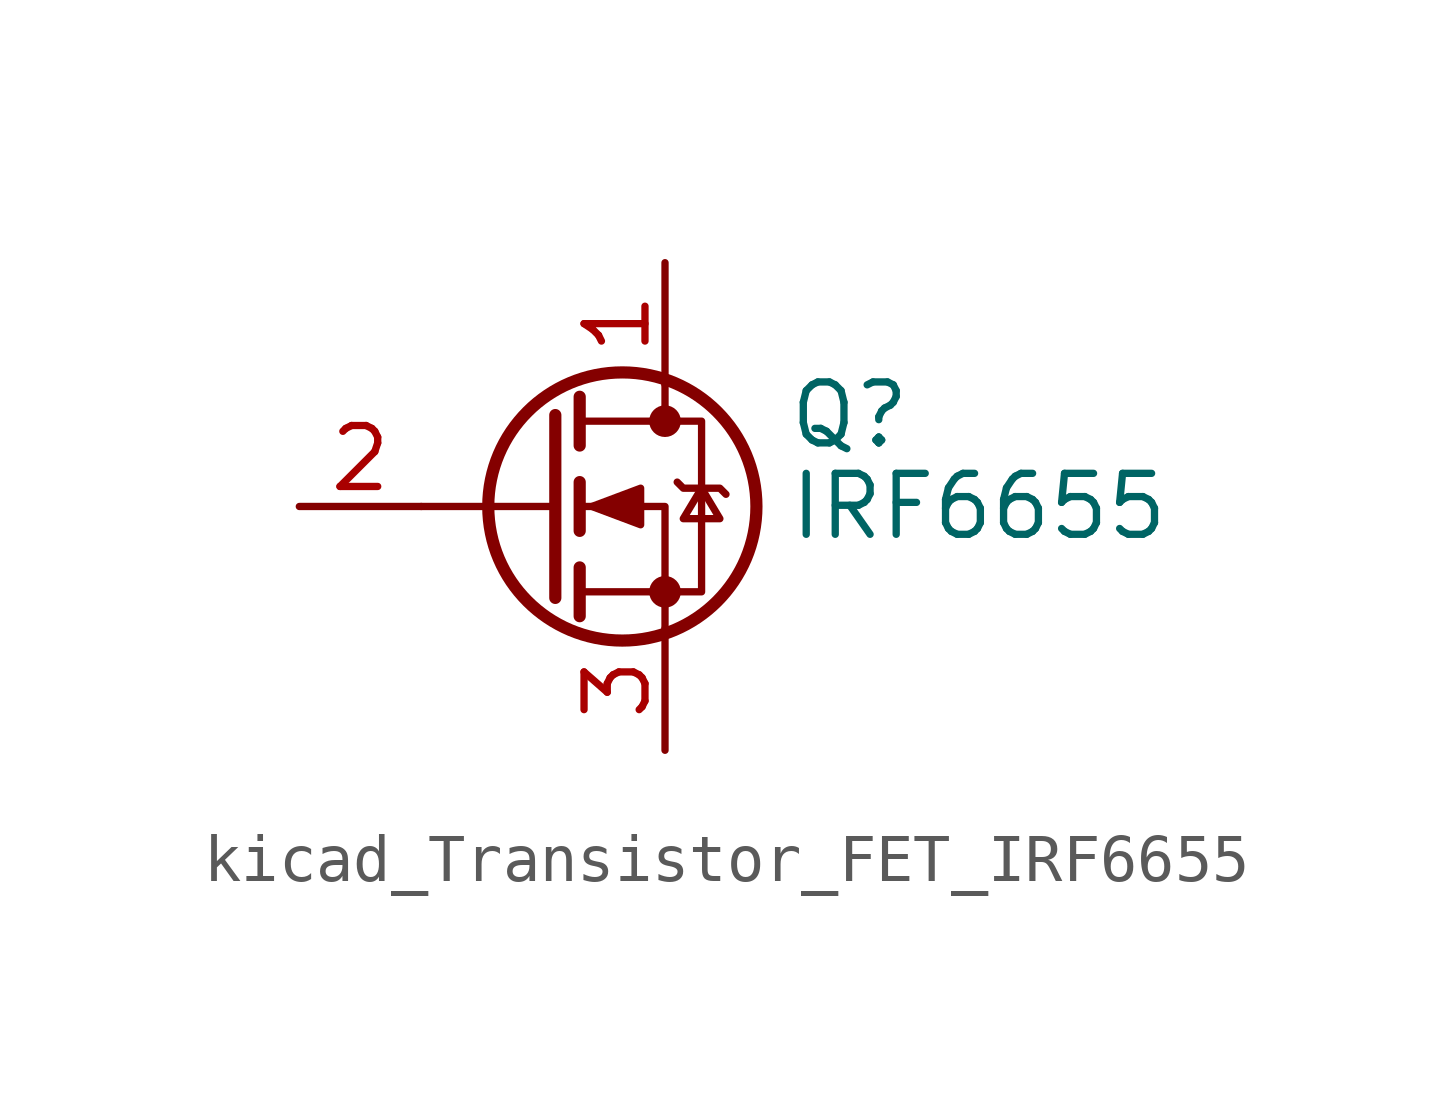
<source format=kicad_sym>
(kicad_symbol_lib
  (version 20220914)
  (generator kicad_symbol_editor)
  (symbol "kicad_Transistor_FET_IRF6655"
    (pin_names hide)
    (property "Reference" "Q"
      (at 5.08 1.905 0)
      (effects (font (size 1.27 1.27)) (justify left)))
    (property "Value" "IRF6655"
      (at 5.08 0 0)
      (effects (font (size 1.27 1.27)) (justify left)))
    (symbol "kicad_Transistor_FET_IRF6655_0_1"
      (polyline (pts (xy 0.254 0) (xy -2.54 0)) (stroke (width 0) (type default)) (fill (type none)))
      (polyline (pts (xy 0.254 1.905) (xy 0.254 -1.905)) (stroke (width 0.254) (type default)) (fill (type none)))
      (polyline (pts (xy 0.762 -1.27) (xy 0.762 -2.286)) (stroke (width 0.254) (type default)) (fill (type none)))
      (polyline (pts (xy 0.762 0.508) (xy 0.762 -0.508)) (stroke (width 0.254) (type default)) (fill (type none)))
      (polyline (pts (xy 0.762 2.286) (xy 0.762 1.27)) (stroke (width 0.254) (type default)) (fill (type none)))
      (polyline (pts (xy 2.54 2.54) (xy 2.54 1.778)) (stroke (width 0) (type default)) (fill (type none)))
      (polyline (pts (xy 2.54 -2.54) (xy 2.54 0) (xy 0.762 0)) (stroke (width 0) (type default)) (fill (type none)))
      (polyline (pts (xy 0.762 -1.778) (xy 3.302 -1.778) (xy 3.302 1.778) (xy 0.762 1.778)) (stroke (width 0) (type default)) (fill (type none)))
      (polyline (pts (xy 1.016 0) (xy 2.032 0.381) (xy 2.032 -0.381) (xy 1.016 0)) (stroke (width 0) (type default)) (fill (type outline)))
      (polyline (pts (xy 2.794 0.508) (xy 2.921 0.381) (xy 3.683 0.381) (xy 3.81 0.254)) (stroke (width 0) (type default)) (fill (type none)))
      (polyline (pts (xy 3.302 0.381) (xy 2.921 -0.254) (xy 3.683 -0.254) (xy 3.302 0.381)) (stroke (width 0) (type default)) (fill (type none)))
      (circle (center 1.651 0) (radius 2.794) (stroke (width 0.254) (type default)) (fill (type none)))
      (circle (center 2.54 -1.778) (radius 0.254) (stroke (width 0) (type default)) (fill (type outline)))
      (circle (center 2.54 1.778) (radius 0.254) (stroke (width 0) (type default)) (fill (type outline))))
    (symbol "kicad_Transistor_FET_IRF6655_1_1"
      (pin passive line (at 2.54 5.08 270) (length 2.54) (name "D" (effects (font (size 1.27 1.27)))) (number "1" (effects (font (size 1.27 1.27)))))
      (pin input line (at -5.08 0 0) (length 2.54) (name "G" (effects (font (size 1.27 1.27)))) (number "2" (effects (font (size 1.27 1.27)))))
      (pin passive line (at 2.54 -5.08 90) (length 2.54) (name "S" (effects (font (size 1.27 1.27)))) (number "3" (effects (font (size 1.27 1.27))))))))
</source>
